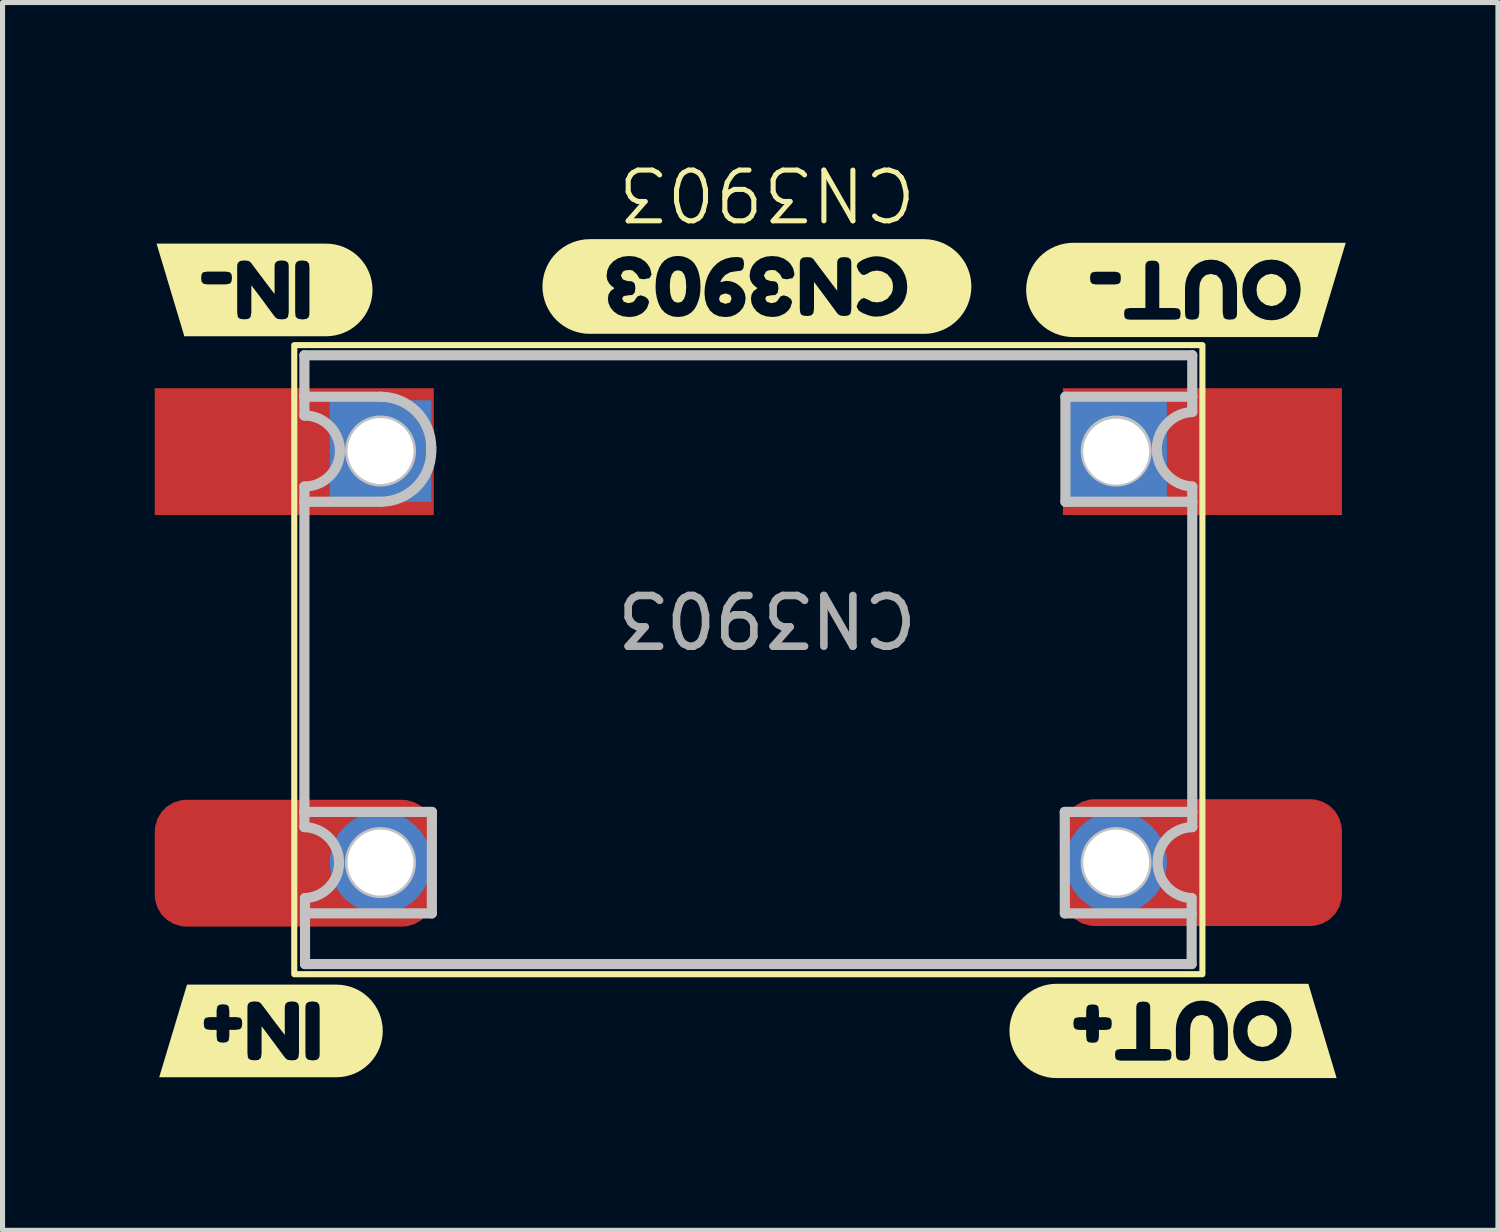
<source format=kicad_pcb>
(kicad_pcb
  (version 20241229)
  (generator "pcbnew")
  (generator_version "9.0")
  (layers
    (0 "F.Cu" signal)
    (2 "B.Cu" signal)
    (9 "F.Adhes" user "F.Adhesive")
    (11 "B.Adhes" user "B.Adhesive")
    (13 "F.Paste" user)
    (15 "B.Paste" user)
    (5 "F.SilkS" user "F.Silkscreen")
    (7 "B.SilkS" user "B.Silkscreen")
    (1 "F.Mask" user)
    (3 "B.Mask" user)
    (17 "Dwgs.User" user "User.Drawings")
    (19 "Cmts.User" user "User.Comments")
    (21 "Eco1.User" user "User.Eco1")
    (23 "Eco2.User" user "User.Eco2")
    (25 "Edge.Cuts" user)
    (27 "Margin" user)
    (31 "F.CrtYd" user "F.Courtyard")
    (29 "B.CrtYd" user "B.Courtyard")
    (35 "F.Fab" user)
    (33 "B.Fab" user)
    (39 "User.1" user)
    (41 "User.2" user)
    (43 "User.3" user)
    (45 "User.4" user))
  (footprint "CN3903"
    (layer "F.Cu")
    (at 4.45 5.84)
    (property "Reference" "CN3903" (at 7.62 -5.08 180) (unlocked yes) (layer "F.SilkS") (effects (font (size 1 1) (thickness 0.1))))
    (attr through_hole)
    (fp_rect (start -1.7 -2.088) (end 16.2 10.312) (stroke (width 0.12) (type solid)) (fill no) (layer "F.SilkS"))
    (fp_poly (pts (xy 6.797 -2.901) (xy 6.889 -2.928) (xy 6.92 -3.007) (xy 6.892 -3.076) (xy 6.802 -3.107) (xy 6.708 -3.078) (xy 6.675 -3.019) (xy 6.679 -2.973) (xy 6.696 -2.938) (xy 6.797 -2.901)) (stroke (width 0) (type solid)) (fill yes) (layer "F.SilkS"))
    (fp_poly (pts (xy 5.865 -3.563) (xy 5.794 -3.544) (xy 5.743 -3.485) (xy 5.712 -3.388) (xy 5.702 -3.252) (xy 5.702 -3.242) (xy 5.712 -3.103) (xy 5.742 -3.003) (xy 5.793 -2.943) (xy 5.864 -2.923) (xy 5.935 -2.943) (xy 5.985 -3.003) (xy 6.016 -3.103) (xy 6.026 -3.243) (xy 6.016 -3.383) (xy 5.986 -3.483) (xy 5.936 -3.543) (xy 5.865 -3.563)) (stroke (width 0) (type solid)) (fill yes) (layer "F.SilkS"))
    (fp_poly (pts (xy 17.676 11.43) (xy 17.666 11.342) (xy 17.636 11.265) (xy 17.585 11.201) (xy 17.488 11.135) (xy 17.381 11.113) (xy 17.274 11.134) (xy 17.178 11.198) (xy 17.127 11.262) (xy 17.097 11.339) (xy 17.087 11.428) (xy 17.097 11.518) (xy 17.128 11.596) (xy 17.178 11.66) (xy 17.275 11.726) (xy 17.382 11.748) (xy 17.49 11.725) (xy 17.586 11.659) (xy 17.636 11.595) (xy 17.666 11.518) (xy 17.676 11.43)) (stroke (width 0) (type solid)) (fill yes) (layer "F.SilkS"))
    (fp_poly (pts (xy 17.856 -3.175) (xy 17.845 -3.263) (xy 17.815 -3.34) (xy 17.764 -3.404) (xy 17.668 -3.47) (xy 17.56 -3.493) (xy 17.453 -3.471) (xy 17.357 -3.407) (xy 17.307 -3.343) (xy 17.277 -3.266) (xy 17.267 -3.177) (xy 17.277 -3.087) (xy 17.307 -3.009) (xy 17.358 -2.945) (xy 17.454 -2.879) (xy 17.562 -2.857) (xy 17.669 -2.88) (xy 17.765 -2.946) (xy 17.815 -3.01) (xy 17.845 -3.087) (xy 17.856 -3.175)) (stroke (width 0) (type solid)) (fill yes) (layer "F.SilkS"))
    (fp_poly (pts (xy -1.401 -2.262) (xy -1.07 -2.262) (xy -0.981 -2.267) (xy -0.892 -2.28) (xy -0.805 -2.302) (xy -0.721 -2.332) (xy -0.64 -2.37) (xy -0.563 -2.416) (xy -0.491 -2.47) (xy -0.425 -2.53) (xy -0.365 -2.596) (xy -0.311 -2.668) (xy -0.265 -2.745) (xy -0.227 -2.826) (xy -0.197 -2.91) (xy -0.175 -2.997) (xy -0.162 -3.086) (xy -0.158 -3.175) (xy -0.162 -3.264) (xy -0.175 -3.353) (xy -0.197 -3.44) (xy -0.227 -3.524) (xy -0.265 -3.605) (xy -0.311 -3.682) (xy -0.365 -3.754) (xy -0.425 -3.82) (xy -0.491 -3.88) (xy -0.563 -3.934) (xy -0.64 -3.98) (xy -0.721 -4.018) (xy -0.805 -4.048) (xy -0.892 -4.07) (xy -0.981 -4.083) (xy -1.07 -4.088) (xy -1.401 -4.088) (xy -1.541 -4.088) (xy -1.541 -3.757) (xy -1.453 -3.742) (xy -1.41 -3.696) (xy -1.401 -3.616) (xy -1.401 -2.733) (xy -1.403 -2.678) (xy -1.418 -2.636) (xy -1.46 -2.604) (xy -1.542 -2.593) (xy -1.631 -2.608) (xy -1.674 -2.652) (xy -1.682 -2.734) (xy -1.682 -3.617) (xy -1.68 -3.673) (xy -1.664 -3.714) (xy -1.622 -3.746) (xy -1.541 -3.757) (xy -1.541 -4.088) (xy -2.684 -4.088) (xy -2.684 -3.757) (xy -2.598 -3.747) (xy -2.558 -3.717) (xy -2.446 -3.568) (xy -2.347 -3.436) (xy -2.262 -3.323) (xy -2.191 -3.229) (xy -2.133 -3.153) (xy -2.088 -3.095) (xy -2.088 -3.617) (xy -2.086 -3.673) (xy -2.071 -3.714) (xy -2.029 -3.746) (xy -1.947 -3.757) (xy -1.868 -3.746) (xy -1.826 -3.714) (xy -1.811 -3.671) (xy -1.809 -3.616) (xy -1.809 -2.73) (xy -1.824 -2.642) (xy -1.869 -2.604) (xy -1.947 -2.595) (xy -2.022 -2.603) (xy -2.061 -2.623) (xy -2.098 -2.665) (xy -2.203 -2.808) (xy -2.296 -2.934) (xy -2.377 -3.043) (xy -2.446 -3.135) (xy -2.502 -3.209) (xy -2.546 -3.266) (xy -2.546 -2.73) (xy -2.561 -2.642) (xy -2.606 -2.604) (xy -2.681 -2.595) (xy -2.754 -2.603) (xy -2.796 -2.622) (xy -2.815 -2.655) (xy -2.825 -2.736) (xy -2.825 -3.617) (xy -2.823 -3.673) (xy -2.807 -3.714) (xy -2.765 -3.746) (xy -2.684 -3.757) (xy -2.684 -4.088) (xy -3.42 -4.088) (xy -3.42 -3.536) (xy -3.042 -3.536) (xy -2.971 -3.523) (xy -2.936 -3.482) (xy -2.928 -3.409) (xy -2.938 -3.338) (xy -2.968 -3.3) (xy -3.044 -3.285) (xy -3.422 -3.285) (xy -3.492 -3.298) (xy -3.527 -3.338) (xy -3.536 -3.411) (xy -3.527 -3.483) (xy -3.5 -3.522) (xy -3.42 -3.536) (xy -3.42 -4.088) (xy -3.536 -4.088) (xy -3.867 -4.088) (xy -4.414 -4.088) (xy -3.867 -2.262) (xy -3.536 -2.262) (xy -1.401 -2.262)) (stroke (width 0) (type solid)) (fill yes) (layer "F.SilkS"))
    (fp_poly (pts (xy -1.199 12.343) (xy -0.869 12.343) (xy -0.779 12.338) (xy -0.691 12.325) (xy -0.604 12.303) (xy -0.519 12.273) (xy -0.438 12.235) (xy -0.362 12.189) (xy -0.29 12.135) (xy -0.223 12.075) (xy -0.163 12.009) (xy -0.11 11.937) (xy -0.064 11.86) (xy -0.025 11.779) (xy 0.005 11.695) (xy 0.026 11.608) (xy 0.04 11.519) (xy 0.044 11.43) (xy 0.04 11.341) (xy 0.026 11.252) (xy 0.005 11.165) (xy -0.025 11.081) (xy -0.064 11) (xy -0.11 10.923) (xy -0.163 10.851) (xy -0.223 10.785) (xy -0.29 10.725) (xy -0.362 10.671) (xy -0.438 10.625) (xy -0.519 10.587) (xy -0.604 10.557) (xy -0.691 10.535) (xy -0.779 10.522) (xy -0.869 10.517) (xy -1.199 10.517) (xy -1.339 10.517) (xy -1.339 10.848) (xy -1.251 10.863) (xy -1.209 10.909) (xy -1.199 10.989) (xy -1.199 11.872) (xy -1.202 11.927) (xy -1.217 11.969) (xy -1.259 12.001) (xy -1.341 12.012) (xy -1.429 11.997) (xy -1.472 11.953) (xy -1.48 11.871) (xy -1.48 10.988) (xy -1.478 10.932) (xy -1.463 10.891) (xy -1.421 10.859) (xy -1.339 10.848) (xy -1.339 10.517) (xy -2.482 10.517) (xy -2.482 10.848) (xy -2.396 10.858) (xy -2.357 10.888) (xy -2.244 11.037) (xy -2.146 11.169) (xy -2.061 11.282) (xy -1.989 11.376) (xy -1.931 11.452) (xy -1.887 11.51) (xy -1.887 10.988) (xy -1.884 10.932) (xy -1.869 10.891) (xy -1.827 10.859) (xy -1.745 10.848) (xy -1.666 10.859) (xy -1.625 10.891) (xy -1.61 10.934) (xy -1.607 10.989) (xy -1.607 11.875) (xy -1.622 11.963) (xy -1.668 12.001) (xy -1.745 12.01) (xy -1.821 12.002) (xy -1.86 11.982) (xy -1.896 11.94) (xy -2.002 11.797) (xy -2.095 11.671) (xy -2.176 11.562) (xy -2.244 11.47) (xy -2.3 11.396) (xy -2.344 11.339) (xy -2.344 11.875) (xy -2.359 11.963) (xy -2.404 12.001) (xy -2.48 12.01) (xy -2.553 12.002) (xy -2.594 11.983) (xy -2.614 11.95) (xy -2.623 11.869) (xy -2.623 10.988) (xy -2.621 10.932) (xy -2.606 10.891) (xy -2.564 10.859) (xy -2.482 10.848) (xy -2.482 10.517) (xy -3.105 10.517) (xy -3.105 10.905) (xy -3.033 10.914) (xy -2.995 10.943) (xy -2.98 11.031) (xy -2.98 11.158) (xy -2.842 11.158) (xy -2.766 11.17) (xy -2.734 11.211) (xy -2.726 11.283) (xy -2.735 11.355) (xy -2.766 11.394) (xy -2.853 11.409) (xy -2.98 11.409) (xy -2.98 11.537) (xy -2.993 11.618) (xy -3.034 11.652) (xy -3.106 11.661) (xy -3.178 11.652) (xy -3.217 11.623) (xy -3.231 11.536) (xy -3.231 11.409) (xy -3.36 11.409) (xy -3.441 11.395) (xy -3.475 11.355) (xy -3.484 11.282) (xy -3.476 11.21) (xy -3.449 11.172) (xy -3.368 11.158) (xy -3.231 11.158) (xy -3.231 11.029) (xy -3.218 10.948) (xy -3.177 10.914) (xy -3.105 10.905) (xy -3.105 10.517) (xy -3.484 10.517) (xy -3.814 10.517) (xy -4.362 12.343) (xy -3.814 12.343) (xy -3.484 12.343) (xy -1.199 12.343)) (stroke (width 0) (type solid)) (fill yes) (layer "F.SilkS"))
    (fp_poly (pts (xy 18.137 -2.246) (xy 18.467 -2.246) (xy 19.025 -4.104) (xy 18.467 -4.104) (xy 18.137 -4.104) (xy 17.557 -4.104) (xy 17.557 -3.773) (xy 17.673 -3.763) (xy 17.78 -3.73) (xy 17.878 -3.675) (xy 17.967 -3.599) (xy 18.041 -3.507) (xy 18.094 -3.408) (xy 18.126 -3.299) (xy 18.137 -3.183) (xy 18.125 -3.055) (xy 18.089 -2.936) (xy 18.033 -2.83) (xy 17.962 -2.743) (xy 17.877 -2.674) (xy 17.779 -2.621) (xy 17.675 -2.588) (xy 17.567 -2.577) (xy 17.453 -2.587) (xy 17.347 -2.619) (xy 17.249 -2.672) (xy 17.159 -2.746) (xy 17.083 -2.836) (xy 17.029 -2.937) (xy 16.996 -3.047) (xy 16.986 -3.168) (xy 16.996 -3.289) (xy 17.027 -3.401) (xy 17.078 -3.503) (xy 17.151 -3.596) (xy 17.238 -3.674) (xy 17.335 -3.729) (xy 17.441 -3.762) (xy 17.557 -3.773) (xy 17.557 -4.104) (xy 16.372 -4.104) (xy 16.372 -3.773) (xy 16.488 -3.761) (xy 16.593 -3.723) (xy 16.683 -3.664) (xy 16.754 -3.589) (xy 16.81 -3.502) (xy 16.85 -3.41) (xy 16.874 -3.312) (xy 16.882 -3.208) (xy 16.882 -2.731) (xy 16.88 -2.674) (xy 16.865 -2.632) (xy 16.822 -2.599) (xy 16.741 -2.589) (xy 16.66 -2.599) (xy 16.619 -2.632) (xy 16.6 -2.732) (xy 16.6 -3.208) (xy 16.588 -3.303) (xy 16.552 -3.392) (xy 16.481 -3.464) (xy 16.368 -3.491) (xy 16.267 -3.469) (xy 16.195 -3.405) (xy 16.152 -3.313) (xy 16.138 -3.207) (xy 16.138 -2.721) (xy 16.122 -2.634) (xy 16.076 -2.599) (xy 16.001 -2.589) (xy 15.928 -2.597) (xy 15.887 -2.616) (xy 15.866 -2.65) (xy 15.857 -2.732) (xy 15.857 -3.212) (xy 15.865 -3.314) (xy 15.889 -3.412) (xy 15.93 -3.504) (xy 15.987 -3.593) (xy 16.06 -3.666) (xy 16.151 -3.723) (xy 16.256 -3.761) (xy 16.372 -3.773) (xy 16.372 -4.104) (xy 15.214 -4.104) (xy 15.214 -3.754) (xy 15.292 -3.745) (xy 15.334 -3.712) (xy 15.348 -3.671) (xy 15.35 -3.616) (xy 15.35 -2.819) (xy 15.655 -2.819) (xy 15.73 -2.807) (xy 15.762 -2.77) (xy 15.77 -2.704) (xy 15.762 -2.638) (xy 15.735 -2.603) (xy 15.654 -2.589) (xy 14.771 -2.589) (xy 14.696 -2.601) (xy 14.665 -2.638) (xy 14.657 -2.705) (xy 14.665 -2.771) (xy 14.692 -2.805) (xy 14.773 -2.819) (xy 15.076 -2.819) (xy 15.076 -3.618) (xy 15.078 -3.672) (xy 15.092 -3.712) (xy 15.135 -3.745) (xy 15.214 -3.754) (xy 15.214 -4.104) (xy 14.101 -4.104) (xy 14.101 -3.534) (xy 14.479 -3.534) (xy 14.55 -3.52) (xy 14.585 -3.48) (xy 14.593 -3.407) (xy 14.584 -3.335) (xy 14.554 -3.297) (xy 14.477 -3.283) (xy 14.099 -3.283) (xy 14.029 -3.296) (xy 13.995 -3.335) (xy 13.985 -3.408) (xy 13.994 -3.481) (xy 14.022 -3.519) (xy 14.101 -3.534) (xy 14.101 -4.104) (xy 13.985 -4.104) (xy 13.654 -4.104) (xy 13.563 -4.1) (xy 13.473 -4.086) (xy 13.385 -4.064) (xy 13.299 -4.033) (xy 13.216 -3.994) (xy 13.138 -3.948) (xy 13.065 -3.893) (xy 12.997 -3.832) (xy 12.936 -3.764) (xy 12.882 -3.691) (xy 12.835 -3.613) (xy 12.796 -3.531) (xy 12.765 -3.445) (xy 12.743 -3.356) (xy 12.73 -3.266) (xy 12.725 -3.175) (xy 12.73 -3.084) (xy 12.743 -2.994) (xy 12.765 -2.905) (xy 12.796 -2.819) (xy 12.835 -2.737) (xy 12.882 -2.659) (xy 12.936 -2.586) (xy 12.997 -2.518) (xy 13.065 -2.457) (xy 13.138 -2.402) (xy 13.216 -2.356) (xy 13.299 -2.317) (xy 13.385 -2.286) (xy 13.473 -2.264) (xy 13.563 -2.25) (xy 13.654 -2.246) (xy 13.985 -2.246) (xy 18.137 -2.246)) (stroke (width 0) (type solid)) (fill yes) (layer "F.SilkS"))
    (fp_poly (pts (xy 17.957 12.359) (xy 18.288 12.359) (xy 18.845 12.359) (xy 18.288 10.501) (xy 17.957 10.501) (xy 17.378 10.501) (xy 17.378 10.832) (xy 17.494 10.842) (xy 17.601 10.875) (xy 17.699 10.93) (xy 17.788 11.006) (xy 17.862 11.098) (xy 17.915 11.197) (xy 17.947 11.306) (xy 17.957 11.422) (xy 17.945 11.55) (xy 17.909 11.669) (xy 17.854 11.775) (xy 17.782 11.862) (xy 17.697 11.931) (xy 17.6 11.984) (xy 17.495 12.017) (xy 17.387 12.028) (xy 17.274 12.018) (xy 17.168 11.986) (xy 17.07 11.933) (xy 16.979 11.859) (xy 16.904 11.769) (xy 16.849 11.668) (xy 16.817 11.558) (xy 16.806 11.437) (xy 16.816 11.316) (xy 16.847 11.204) (xy 16.899 11.102) (xy 16.971 11.009) (xy 17.059 10.931) (xy 17.155 10.876) (xy 17.262 10.843) (xy 17.378 10.832) (xy 17.378 10.501) (xy 16.193 10.501) (xy 16.193 10.832) (xy 16.308 10.844) (xy 16.413 10.882) (xy 16.503 10.941) (xy 16.574 11.016) (xy 16.631 11.103) (xy 16.671 11.195) (xy 16.695 11.293) (xy 16.703 11.397) (xy 16.703 11.874) (xy 16.701 11.931) (xy 16.686 11.973) (xy 16.643 12.006) (xy 16.562 12.016) (xy 16.481 12.006) (xy 16.439 11.973) (xy 16.42 11.873) (xy 16.42 11.397) (xy 16.409 11.302) (xy 16.373 11.213) (xy 16.301 11.141) (xy 16.189 11.114) (xy 16.087 11.136) (xy 16.016 11.2) (xy 15.973 11.292) (xy 15.958 11.398) (xy 15.958 11.884) (xy 15.943 11.971) (xy 15.897 12.006) (xy 15.821 12.016) (xy 15.749 12.008) (xy 15.708 11.989) (xy 15.687 11.955) (xy 15.677 11.873) (xy 15.677 11.393) (xy 15.686 11.291) (xy 15.71 11.193) (xy 15.751 11.101) (xy 15.808 11.012) (xy 15.88 10.939) (xy 15.971 10.882) (xy 16.077 10.844) (xy 16.193 10.832) (xy 16.193 10.501) (xy 15.035 10.501) (xy 15.035 10.851) (xy 15.113 10.86) (xy 15.154 10.893) (xy 15.169 10.934) (xy 15.171 10.989) (xy 15.171 11.786) (xy 15.476 11.786) (xy 15.55 11.798) (xy 15.582 11.835) (xy 15.59 11.901) (xy 15.582 11.967) (xy 15.555 12.002) (xy 15.474 12.016) (xy 14.592 12.016) (xy 14.517 12.004) (xy 14.485 11.967) (xy 14.477 11.9) (xy 14.485 11.834) (xy 14.512 11.8) (xy 14.593 11.786) (xy 14.896 11.786) (xy 14.896 10.987) (xy 14.899 10.933) (xy 14.913 10.893) (xy 14.955 10.86) (xy 15.035 10.851) (xy 15.035 10.501) (xy 14.035 10.501) (xy 14.035 10.908) (xy 14.107 10.916) (xy 14.146 10.946) (xy 14.16 11.033) (xy 14.16 11.16) (xy 14.298 11.16) (xy 14.374 11.173) (xy 14.406 11.213) (xy 14.414 11.286) (xy 14.405 11.358) (xy 14.374 11.397) (xy 14.287 11.411) (xy 14.16 11.411) (xy 14.16 11.54) (xy 14.147 11.62) (xy 14.107 11.655) (xy 14.034 11.663) (xy 13.962 11.655) (xy 13.923 11.625) (xy 13.909 11.538) (xy 13.909 11.411) (xy 13.78 11.411) (xy 13.699 11.397) (xy 13.665 11.357) (xy 13.657 11.285) (xy 13.665 11.213) (xy 13.691 11.174) (xy 13.772 11.16) (xy 13.909 11.16) (xy 13.909 11.032) (xy 13.922 10.951) (xy 13.963 10.916) (xy 14.035 10.908) (xy 14.035 10.501) (xy 13.657 10.501) (xy 13.326 10.501) (xy 13.235 10.505) (xy 13.145 10.519) (xy 13.056 10.541) (xy 12.97 10.572) (xy 12.888 10.611) (xy 12.81 10.657) (xy 12.736 10.712) (xy 12.669 10.773) (xy 12.608 10.841) (xy 12.553 10.914) (xy 12.506 10.992) (xy 12.467 11.074) (xy 12.437 11.16) (xy 12.414 11.249) (xy 12.401 11.339) (xy 12.397 11.43) (xy 12.401 11.521) (xy 12.414 11.611) (xy 12.437 11.7) (xy 12.467 11.786) (xy 12.506 11.868) (xy 12.553 11.946) (xy 12.608 12.019) (xy 12.669 12.087) (xy 12.736 12.148) (xy 12.81 12.203) (xy 12.888 12.249) (xy 12.97 12.288) (xy 13.056 12.319) (xy 13.145 12.341) (xy 13.235 12.355) (xy 13.326 12.359) (xy 13.657 12.359) (xy 17.957 12.359)) (stroke (width 0) (type solid)) (fill yes) (layer "F.SilkS"))
    (fp_poly (pts (xy 10.382 -2.31) (xy 10.713 -2.31) (xy 10.804 -2.314) (xy 10.895 -2.328) (xy 10.983 -2.35) (xy 11.07 -2.381) (xy 11.152 -2.42) (xy 11.231 -2.467) (xy 11.305 -2.522) (xy 11.372 -2.583) (xy 11.434 -2.651) (xy 11.489 -2.725) (xy 11.536 -2.803) (xy 11.575 -2.886) (xy 11.606 -2.972) (xy 11.628 -3.061) (xy 11.641 -3.152) (xy 11.646 -3.243) (xy 11.641 -3.335) (xy 11.628 -3.425) (xy 11.606 -3.514) (xy 11.575 -3.6) (xy 11.536 -3.683) (xy 11.489 -3.762) (xy 11.434 -3.835) (xy 11.372 -3.903) (xy 11.305 -3.964) (xy 11.231 -4.019) (xy 11.152 -4.066) (xy 11.07 -4.105) (xy 10.983 -4.136) (xy 10.895 -4.158) (xy 10.804 -4.172) (xy 10.713 -4.176) (xy 10.382 -4.176) (xy 9.775 -4.176) (xy 9.775 -3.839) (xy 9.85 -3.834) (xy 9.927 -3.819) (xy 10.005 -3.793) (xy 10.086 -3.753) (xy 10.163 -3.701) (xy 10.233 -3.638) (xy 10.292 -3.561) (xy 10.34 -3.465) (xy 10.371 -3.355) (xy 10.382 -3.236) (xy 10.372 -3.118) (xy 10.341 -3.011) (xy 10.294 -2.919) (xy 10.235 -2.845) (xy 10.166 -2.784) (xy 10.088 -2.734) (xy 9.984 -2.687) (xy 9.88 -2.658) (xy 9.775 -2.649) (xy 9.7 -2.654) (xy 9.624 -2.672) (xy 9.507 -2.718) (xy 9.469 -2.741) (xy 9.425 -2.769) (xy 9.383 -2.845) (xy 9.417 -2.933) (xy 9.475 -2.997) (xy 9.528 -3.018) (xy 9.609 -2.984) (xy 9.687 -2.943) (xy 9.787 -2.93) (xy 9.889 -2.947) (xy 9.99 -3.001) (xy 10.069 -3.099) (xy 10.093 -3.167) (xy 10.101 -3.243) (xy 10.093 -3.319) (xy 10.069 -3.387) (xy 9.988 -3.487) (xy 9.889 -3.539) (xy 9.787 -3.557) (xy 9.694 -3.544) (xy 9.631 -3.519) (xy 9.602 -3.498) (xy 9.526 -3.466) (xy 9.475 -3.488) (xy 9.42 -3.555) (xy 9.385 -3.644) (xy 9.406 -3.7) (xy 9.456 -3.739) (xy 9.511 -3.773) (xy 9.618 -3.814) (xy 9.698 -3.833) (xy 9.775 -3.839) (xy 9.775 -4.176) (xy 8.405 -4.176) (xy 8.405 -3.823) (xy 8.491 -3.814) (xy 8.531 -3.784) (xy 8.643 -3.634) (xy 8.742 -3.503) (xy 8.827 -3.39) (xy 8.898 -3.295) (xy 8.956 -3.219) (xy 9.001 -3.161) (xy 9.001 -3.684) (xy 9.003 -3.739) (xy 9.018 -3.78) (xy 9.06 -3.813) (xy 9.142 -3.823) (xy 9.221 -3.813) (xy 9.263 -3.78) (xy 9.278 -3.738) (xy 9.28 -3.682) (xy 9.28 -2.796) (xy 9.265 -2.708) (xy 9.22 -2.671) (xy 9.142 -2.661) (xy 9.067 -2.67) (xy 9.028 -2.69) (xy 8.991 -2.731) (xy 8.886 -2.874) (xy 8.793 -3) (xy 8.712 -3.109) (xy 8.643 -3.201) (xy 8.587 -3.276) (xy 8.544 -3.333) (xy 8.544 -2.796) (xy 8.528 -2.708) (xy 8.483 -2.671) (xy 8.408 -2.661) (xy 8.335 -2.669) (xy 8.294 -2.688) (xy 8.274 -2.722) (xy 8.264 -2.803) (xy 8.264 -3.684) (xy 8.267 -3.739) (xy 8.282 -3.78) (xy 8.324 -3.813) (xy 8.405 -3.823) (xy 8.405 -4.176) (xy 7.721 -4.176) (xy 7.721 -3.844) (xy 7.841 -3.832) (xy 7.947 -3.795) (xy 8.039 -3.733) (xy 8.084 -3.683) (xy 8.123 -3.62) (xy 8.14 -3.579) (xy 8.143 -3.563) (xy 8.161 -3.477) (xy 8.122 -3.408) (xy 8.005 -3.385) (xy 7.921 -3.401) (xy 7.874 -3.484) (xy 7.786 -3.56) (xy 7.72 -3.569) (xy 7.647 -3.561) (xy 7.596 -3.535) (xy 7.556 -3.458) (xy 7.595 -3.383) (xy 7.687 -3.35) (xy 7.759 -3.347) (xy 7.801 -3.331) (xy 7.833 -3.29) (xy 7.843 -3.209) (xy 7.829 -3.12) (xy 7.785 -3.077) (xy 7.702 -3.069) (xy 7.612 -3.054) (xy 7.582 -3.007) (xy 7.613 -2.944) (xy 7.701 -2.914) (xy 7.791 -2.933) (xy 7.832 -2.971) (xy 7.842 -2.99) (xy 7.886 -3.049) (xy 7.947 -3.069) (xy 8.034 -3.041) (xy 8.093 -2.991) (xy 8.113 -2.934) (xy 8.077 -2.826) (xy 8.042 -2.776) (xy 7.976 -2.714) (xy 7.871 -2.664) (xy 7.8 -2.648) (xy 7.721 -2.642) (xy 7.6 -2.655) (xy 7.498 -2.692) (xy 7.413 -2.753) (xy 7.351 -2.831) (xy 7.313 -2.914) (xy 7.301 -3.003) (xy 7.314 -3.087) (xy 7.356 -3.154) (xy 7.424 -3.204) (xy 7.424 -3.215) (xy 7.378 -3.249) (xy 7.328 -3.301) (xy 7.288 -3.372) (xy 7.275 -3.453) (xy 7.289 -3.56) (xy 7.332 -3.653) (xy 7.402 -3.734) (xy 7.494 -3.795) (xy 7.6 -3.832) (xy 7.721 -3.844) (xy 7.721 -4.176) (xy 7.026 -4.176) (xy 7.026 -3.825) (xy 7.035 -3.825) (xy 7.121 -3.809) (xy 7.154 -3.764) (xy 7.166 -3.684) (xy 7.151 -3.596) (xy 7.105 -3.553) (xy 7.013 -3.544) (xy 6.887 -3.522) (xy 6.793 -3.468) (xy 6.737 -3.406) (xy 6.705 -3.35) (xy 6.697 -3.328) (xy 6.816 -3.355) (xy 6.915 -3.343) (xy 7.004 -3.309) (xy 7.084 -3.251) (xy 7.146 -3.179) (xy 7.183 -3.101) (xy 7.196 -3.017) (xy 7.183 -2.916) (xy 7.145 -2.826) (xy 7.081 -2.749) (xy 7 -2.689) (xy 6.907 -2.653) (xy 6.804 -2.641) (xy 6.676 -2.655) (xy 6.572 -2.7) (xy 6.491 -2.773) (xy 6.433 -2.87) (xy 6.398 -2.984) (xy 6.386 -3.115) (xy 6.393 -3.233) (xy 6.414 -3.342) (xy 6.448 -3.443) (xy 6.496 -3.536) (xy 6.558 -3.622) (xy 6.631 -3.695) (xy 6.715 -3.752) (xy 6.808 -3.792) (xy 6.912 -3.817) (xy 7.026 -3.825) (xy 7.026 -4.176) (xy 5.862 -4.176) (xy 5.862 -3.846) (xy 5.964 -3.835) (xy 6.054 -3.803) (xy 6.128 -3.756) (xy 6.184 -3.7) (xy 6.226 -3.632) (xy 6.261 -3.552) (xy 6.286 -3.457) (xy 6.302 -3.354) (xy 6.307 -3.242) (xy 6.303 -3.142) (xy 6.29 -3.051) (xy 6.269 -2.971) (xy 6.23 -2.87) (xy 6.186 -2.794) (xy 6.131 -2.735) (xy 6.057 -2.686) (xy 5.967 -2.653) (xy 5.864 -2.642) (xy 5.761 -2.653) (xy 5.673 -2.685) (xy 5.6 -2.733) (xy 5.544 -2.791) (xy 5.502 -2.861) (xy 5.469 -2.941) (xy 5.442 -3.038) (xy 5.426 -3.139) (xy 5.421 -3.244) (xy 5.429 -3.38) (xy 5.452 -3.501) (xy 5.491 -3.608) (xy 5.545 -3.7) (xy 5.6 -3.757) (xy 5.673 -3.804) (xy 5.761 -3.835) (xy 5.862 -3.846) (xy 5.862 -4.176) (xy 4.902 -4.176) (xy 4.902 -3.844) (xy 5.022 -3.832) (xy 5.128 -3.795) (xy 5.219 -3.733) (xy 5.264 -3.683) (xy 5.303 -3.62) (xy 5.321 -3.579) (xy 5.324 -3.563) (xy 5.342 -3.477) (xy 5.303 -3.408) (xy 5.186 -3.385) (xy 5.102 -3.401) (xy 5.054 -3.484) (xy 4.967 -3.56) (xy 4.9 -3.569) (xy 4.827 -3.561) (xy 4.776 -3.535) (xy 4.737 -3.458) (xy 4.776 -3.383) (xy 4.868 -3.35) (xy 4.94 -3.347) (xy 4.981 -3.331) (xy 5.013 -3.29) (xy 5.024 -3.209) (xy 5.009 -3.12) (xy 4.965 -3.077) (xy 4.883 -3.069) (xy 4.792 -3.054) (xy 4.762 -3.007) (xy 4.794 -2.944) (xy 4.882 -2.914) (xy 4.972 -2.933) (xy 5.013 -2.971) (xy 5.022 -2.99) (xy 5.067 -3.049) (xy 5.127 -3.069) (xy 5.215 -3.041) (xy 5.274 -2.991) (xy 5.294 -2.934) (xy 5.257 -2.826) (xy 5.222 -2.776) (xy 5.157 -2.714) (xy 5.052 -2.664) (xy 4.981 -2.648) (xy 4.902 -2.642) (xy 4.781 -2.655) (xy 4.678 -2.692) (xy 4.594 -2.753) (xy 4.531 -2.831) (xy 4.494 -2.914) (xy 4.481 -3.003) (xy 4.495 -3.087) (xy 4.536 -3.154) (xy 4.605 -3.204) (xy 4.605 -3.215) (xy 4.558 -3.249) (xy 4.508 -3.301) (xy 4.469 -3.372) (xy 4.456 -3.453) (xy 4.47 -3.56) (xy 4.512 -3.653) (xy 4.583 -3.734) (xy 4.675 -3.795) (xy 4.781 -3.832) (xy 4.902 -3.844) (xy 4.902 -4.176) (xy 4.456 -4.176) (xy 4.125 -4.176) (xy 4.034 -4.172) (xy 3.943 -4.158) (xy 3.854 -4.136) (xy 3.768 -4.105) (xy 3.685 -4.066) (xy 3.607 -4.019) (xy 3.533 -3.964) (xy 3.465 -3.903) (xy 3.404 -3.835) (xy 3.349 -3.762) (xy 3.302 -3.683) (xy 3.263 -3.6) (xy 3.232 -3.514) (xy 3.21 -3.425) (xy 3.196 -3.335) (xy 3.192 -3.243) (xy 3.196 -3.152) (xy 3.21 -3.061) (xy 3.232 -2.972) (xy 3.263 -2.886) (xy 3.302 -2.803) (xy 3.349 -2.725) (xy 3.404 -2.651) (xy 3.465 -2.583) (xy 3.533 -2.522) (xy 3.607 -2.467) (xy 3.685 -2.42) (xy 3.768 -2.381) (xy 3.854 -2.35) (xy 3.943 -2.328) (xy 4.034 -2.314) (xy 4.125 -2.31) (xy 4.456 -2.31) (xy 10.382 -2.31)) (stroke (width 0) (type solid)) (fill yes) (layer "F.SilkS"))
    (fp_line (start -1.5 7.413) (end -1.5 7.113) (stroke (width 0.2) (type solid)) (layer "Dwgs.User"))
    (fp_line (start -1.5 1) (end -1.5 0.7) (stroke (width 0.2) (type solid)) (layer "Dwgs.User"))
    (fp_line (start -1.5 1) (end 0 1) (stroke (width 0.2) (type solid)) (layer "Dwgs.User"))
    (fp_line (start -1.5 7.113) (end -1.5 1) (stroke (width 0.2) (type solid)) (layer "Dwgs.User"))
    (fp_line (start -1.5 -1.888) (end 16 -1.888) (stroke (width 0.2) (type solid)) (layer "Dwgs.User"))
    (fp_line (start -1.5 -0.7) (end -1.5 -1.07) (stroke (width 0.2) (type solid)) (layer "Dwgs.User"))
    (fp_line (start -1.5 -1.07) (end -1.5 -1.888) (stroke (width 0.2) (type solid)) (layer "Dwgs.User"))
    (fp_line (start -1.488 9.112) (end -1.488 8.812) (stroke (width 0.2) (type solid)) (layer "Dwgs.User"))
    (fp_line (start -1.488 9.112) (end 1.012 9.113) (stroke (width 0.2) (type solid)) (layer "Dwgs.User"))
    (fp_line (start -1.488 10.112) (end -1.488 9.112) (stroke (width 0.2) (type solid)) (layer "Dwgs.User"))
    (fp_line (start 0 -1.07) (end -1.5 -1.07) (stroke (width 0.2) (type solid)) (layer "Dwgs.User"))
    (fp_line (start 1 -0.000027) (end 1 -0.07) (stroke (width 0.2) (type solid)) (layer "Dwgs.User"))
    (fp_line (start 1.012 9.113) (end 1.013 7.113) (stroke (width 0.2) (type solid)) (layer "Dwgs.User"))
    (fp_line (start 1.013 7.113) (end -1.5 7.113) (stroke (width 0.2) (type solid)) (layer "Dwgs.User"))
    (fp_line (start 13.487 7.113) (end 13.488 9.113) (stroke (width 0.2) (type solid)) (layer "Dwgs.User"))
    (fp_line (start 13.488 9.113) (end 15.988 9.112) (stroke (width 0.2) (type solid)) (layer "Dwgs.User"))
    (fp_line (start 13.5 -1.07) (end 16 -1.07) (stroke (width 0.2) (type solid)) (layer "Dwgs.User"))
    (fp_line (start 13.5 1) (end 13.5 -1.07) (stroke (width 0.2) (type solid)) (layer "Dwgs.User"))
    (fp_line (start 15.988 9.112) (end 15.988 8.812) (stroke (width 0.2) (type solid)) (layer "Dwgs.User"))
    (fp_line (start 15.988 9.112) (end 15.988 10.112) (stroke (width 0.2) (type solid)) (layer "Dwgs.User"))
    (fp_line (start 15.988 10.112) (end -1.488 10.112) (stroke (width 0.2) (type solid)) (layer "Dwgs.User"))
    (fp_line (start 16 -1.07) (end 16 -0.77) (stroke (width 0.2) (type solid)) (layer "Dwgs.User"))
    (fp_line (start 16 0.7) (end 16 1) (stroke (width 0.2) (type solid)) (layer "Dwgs.User"))
    (fp_line (start 16 1) (end 13.5 1) (stroke (width 0.2) (type solid)) (layer "Dwgs.User"))
    (fp_line (start 16 1) (end 16 7.113) (stroke (width 0.2) (type solid)) (layer "Dwgs.User"))
    (fp_line (start 16 7.113) (end 13.487 7.113) (stroke (width 0.2) (type solid)) (layer "Dwgs.User"))
    (fp_line (start 16 7.113) (end 16 7.413) (stroke (width 0.2) (type solid)) (layer "Dwgs.User"))
    (fp_line (start 16 -1.888) (end 16 -1.07) (stroke (width 0.2) (type solid)) (layer "Dwgs.User"))
    (fp_arc (start -1.500077 7.412534) (mid -0.816536 8.106306) (end -1.487874 8.811894) (stroke (width 0.2) (type solid)) (layer "Dwgs.User"))
    (fp_arc (start -1.499593 -0.700028) (mid -0.798191 0.000177) (end -1.5 0.699973) (stroke (width 0.2) (type solid)) (layer "Dwgs.User"))
    (fp_arc (start 0 -1.070027) (mid 0.707114 -0.777141) (end 1 -0.070027) (stroke (width 0.2) (type solid)) (layer "Dwgs.User"))
    (fp_arc (start 1 -0.000027) (mid 0.707122 0.707095) (end 0 0.999973) (stroke (width 0.2) (type solid)) (layer "Dwgs.User"))
    (fp_arc (start 15.987874 8.811894) (mid 15.316543 8.106306) (end 16.000077 7.412534) (stroke (width 0.2) (type solid)) (layer "Dwgs.User"))
    (fp_arc (start 16 0.699703) (mid 15.301679 -0.034966) (end 15.999586 -0.770027) (stroke (width 0.2) (type solid)) (layer "Dwgs.User"))
    (fp_circle (center 0 -0.000027) (end 0.6 -0.000027) (stroke (width 0.2) (type solid)) (fill no) (layer "Dwgs.User"))
    (fp_circle (center 0 8.112) (end 0.6 8.112) (stroke (width 0.2) (type solid)) (fill no) (layer "Dwgs.User"))
    (fp_circle (center 14.5 -0.000027) (end 15.1 -0.000027) (stroke (width 0.2) (type solid)) (fill no) (layer "Dwgs.User"))
    (fp_circle (center 14.5 8.112) (end 15.1 8.112) (stroke (width 0.2) (type solid)) (fill no) (layer "Dwgs.User"))
    (fp_text user "${REFERENCE}" (at 7.62 3.302 180) (unlocked yes) (layer "F.Fab") (effects (font (size 1 1) (thickness 0.15))))
    (pad "1" smd rect (at -1.7 0.012) (size 5.5 2.5) (layers "F.Cu" "F.Mask"))
    (pad "1" thru_hole rect (at 0 0) (size 2 2) (drill 1.3) (layers "*.Cu" "*.Mask"))
    (pad "1" thru_hole rect (at 14.5 0.012) (size 2 2) (drill 1.3) (layers "*.Cu" "*.Mask"))
    (pad "1" smd rect (at 16.2 0.012) (size 5.5 2.5) (layers "F.Cu" "F.Mask"))
    (pad "2" smd roundrect (at -1.7 8.124) (size 5.5 2.5) (layers "F.Cu" "F.Mask") (roundrect_rratio 0.25))
    (pad "2" thru_hole circle (at 0 8.112) (size 2 2) (drill 1.3) (layers "*.Cu" "*.Mask"))
    (pad "3" thru_hole circle (at 14.5 8.112) (size 2 2) (drill 1.3) (layers "*.Cu" "*.Mask"))
    (pad "3" smd roundrect (at 16.2 8.112) (size 5.5 2.5) (layers "F.Cu" "F.Mask") (roundrect_rratio 0.25)))
  (gr_rect
    (start -3 -3)
    (end 26.475 21.2)
    (stroke (width 0.1) (type default))
    (fill no)
    (layer "Edge.Cuts")))
</source>
